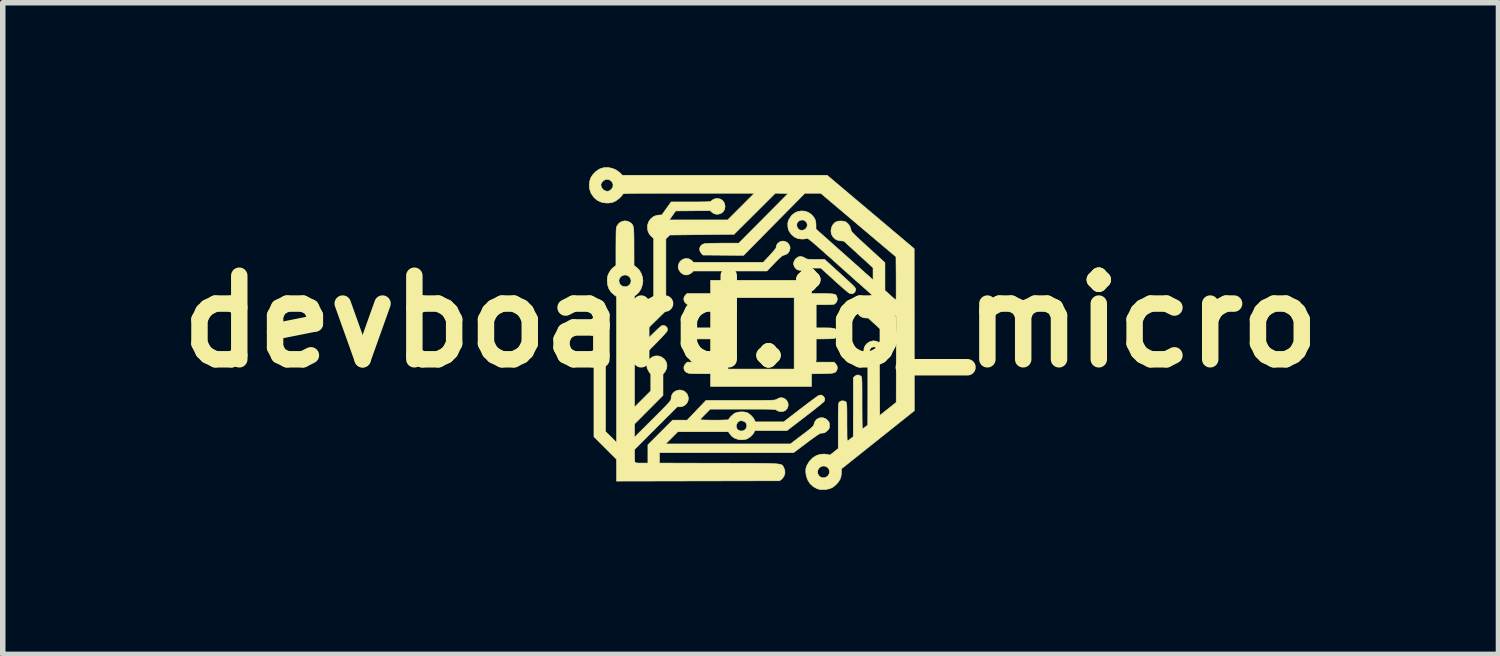
<source format=kicad_pcb>
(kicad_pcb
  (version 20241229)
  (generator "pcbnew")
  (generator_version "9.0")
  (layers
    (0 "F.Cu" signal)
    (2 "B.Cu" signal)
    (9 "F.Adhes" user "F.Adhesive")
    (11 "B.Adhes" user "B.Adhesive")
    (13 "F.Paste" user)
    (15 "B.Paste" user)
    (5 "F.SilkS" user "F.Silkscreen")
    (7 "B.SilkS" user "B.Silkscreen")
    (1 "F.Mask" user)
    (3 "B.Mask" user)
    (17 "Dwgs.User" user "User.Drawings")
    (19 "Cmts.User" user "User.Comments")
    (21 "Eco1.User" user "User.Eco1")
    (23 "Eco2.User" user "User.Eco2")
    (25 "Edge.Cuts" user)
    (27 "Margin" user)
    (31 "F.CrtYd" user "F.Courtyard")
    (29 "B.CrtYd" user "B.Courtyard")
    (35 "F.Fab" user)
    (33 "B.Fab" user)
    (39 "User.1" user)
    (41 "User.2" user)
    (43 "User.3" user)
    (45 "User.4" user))
  (footprint "devboard.io_micro"
    (layer "F.Cu")
    (at 10.639 2.813)
    (property "Reference" "devboard.io_micro" (at 0 0 0) (layer "F.SilkS") (effects (font (size 1.524 1.524) (thickness 0.3))))
    (attr through_hole)
    (fp_poly (pts (xy 0.63 -1.46) (xy 0.669 -1.44) (xy 0.699 -1.407) (xy 0.717 -1.364) (xy 0.72 -1.338) (xy 0.71 -1.29) (xy 0.683 -1.249) (xy 0.644 -1.221) (xy 0.614 -1.212) (xy 0.597 -1.207) (xy 0.58 -1.199) (xy 0.559 -1.184) (xy 0.532 -1.16) (xy 0.496 -1.126) (xy 0.45 -1.079) (xy 0.435 -1.063) (xy 0.297 -0.921) (xy -1.044 -0.921) (xy -1.069 -0.894) (xy -1.091 -0.877) (xy -1.121 -0.862) (xy -1.151 -0.851) (xy -1.173 -0.848) (xy -1.175 -0.848) (xy -1.188 -0.851) (xy -1.21 -0.854) (xy -1.235 -0.864) (xy -1.264 -0.885) (xy -1.275 -0.895) (xy -1.308 -0.941) (xy -1.322 -0.991) (xy -1.315 -1.042) (xy -1.289 -1.09) (xy -1.275 -1.106) (xy -1.231 -1.136) (xy -1.181 -1.149) (xy -1.131 -1.144) (xy -1.085 -1.121) (xy -1.065 -1.102) (xy -1.044 -1.079) (xy 0.231 -1.079) (xy 0.346 -1.202) (xy 0.385 -1.245) (xy 0.419 -1.284) (xy 0.445 -1.315) (xy 0.46 -1.336) (xy 0.463 -1.342) (xy 0.471 -1.38) (xy 0.481 -1.405) (xy 0.497 -1.425) (xy 0.503 -1.431) (xy 0.542 -1.458) (xy 0.586 -1.467) (xy 0.63 -1.46)) (stroke (width 0.01) (type solid)) (fill yes) (layer "F.SilkS"))
    (fp_poly (pts (xy 0.967 -1.172) (xy 0.989 -1.159) (xy 1.005 -1.149) (xy 1.02 -1.142) (xy 1.04 -1.137) (xy 1.067 -1.134) (xy 1.106 -1.133) (xy 1.16 -1.132) (xy 1.188 -1.132) (xy 1.349 -1.132) (xy 1.572 -0.93) (xy 1.654 -0.855) (xy 1.722 -0.793) (xy 1.777 -0.743) (xy 1.821 -0.702) (xy 1.854 -0.671) (xy 1.878 -0.646) (xy 1.895 -0.628) (xy 1.906 -0.614) (xy 1.912 -0.604) (xy 1.915 -0.595) (xy 1.916 -0.587) (xy 1.916 -0.586) (xy 1.907 -0.546) (xy 1.883 -0.519) (xy 1.85 -0.506) (xy 1.81 -0.511) (xy 1.804 -0.513) (xy 1.788 -0.524) (xy 1.76 -0.546) (xy 1.72 -0.58) (xy 1.671 -0.622) (xy 1.615 -0.671) (xy 1.554 -0.725) (xy 1.527 -0.75) (xy 1.281 -0.974) (xy 1.147 -0.974) (xy 1.091 -0.973) (xy 1.051 -0.972) (xy 1.024 -0.969) (xy 1.005 -0.963) (xy 0.991 -0.955) (xy 0.987 -0.953) (xy 0.952 -0.936) (xy 0.907 -0.932) (xy 0.863 -0.94) (xy 0.852 -0.944) (xy 0.829 -0.961) (xy 0.806 -0.987) (xy 0.803 -0.992) (xy 0.785 -1.038) (xy 0.788 -1.085) (xy 0.811 -1.13) (xy 0.83 -1.151) (xy 0.873 -1.179) (xy 0.919 -1.186) (xy 0.967 -1.172)) (stroke (width 0.01) (type solid)) (fill yes) (layer "F.SilkS"))
    (fp_poly (pts (xy 1.111 -0.508) (xy 1.315 -0.508) (xy 1.393 -0.508) (xy 1.452 -0.506) (xy 1.495 -0.503) (xy 1.526 -0.497) (xy 1.547 -0.489) (xy 1.561 -0.476) (xy 1.57 -0.458) (xy 1.576 -0.441) (xy 1.582 -0.396) (xy 1.566 -0.355) (xy 1.544 -0.329) (xy 1.534 -0.321) (xy 1.523 -0.316) (xy 1.507 -0.312) (xy 1.482 -0.309) (xy 1.446 -0.308) (xy 1.395 -0.307) (xy 1.327 -0.307) (xy 1.316 -0.307) (xy 1.111 -0.307) (xy 1.111 0.116) (xy 1.313 0.116) (xy 1.391 0.117) (xy 1.45 0.118) (xy 1.494 0.122) (xy 1.526 0.128) (xy 1.547 0.138) (xy 1.562 0.151) (xy 1.571 0.17) (xy 1.577 0.185) (xy 1.581 0.224) (xy 1.571 0.263) (xy 1.551 0.295) (xy 1.536 0.306) (xy 1.517 0.31) (xy 1.479 0.314) (xy 1.425 0.316) (xy 1.355 0.317) (xy 1.313 0.318) (xy 1.111 0.318) (xy 1.111 0.741) (xy 1.521 0.741) (xy 1.548 0.768) (xy 1.576 0.808) (xy 1.583 0.85) (xy 1.572 0.888) (xy 1.561 0.907) (xy 1.548 0.922) (xy 1.529 0.932) (xy 1.503 0.94) (xy 1.466 0.945) (xy 1.415 0.948) (xy 1.348 0.95) (xy 1.31 0.951) (xy 1.111 0.954) (xy 1.111 1.185) (xy -0.73 1.185) (xy -0.73 0.953) (xy -0.908 0.952) (xy -0.97 0.952) (xy -1.028 0.951) (xy -1.076 0.949) (xy -1.111 0.947) (xy -1.124 0.946) (xy -1.169 0.93) (xy -1.2 0.901) (xy -1.216 0.865) (xy -1.216 0.825) (xy -1.198 0.786) (xy -1.186 0.772) (xy -1.155 0.741) (xy -0.73 0.741) (xy -0.73 0.318) (xy -1.161 0.318) (xy -1.189 0.29) (xy -1.213 0.253) (xy -1.219 0.211) (xy -1.207 0.171) (xy -1.185 0.144) (xy -1.152 0.116) (xy -0.73 0.116) (xy -0.73 -0.307) (xy -0.941 -0.307) (xy -1.152 -0.307) (xy -1.185 -0.334) (xy -1.211 -0.369) (xy -1.219 -0.409) (xy -1.214 -0.434) (xy -0.413 -0.434) (xy -0.413 0.868) (xy 0.794 0.868) (xy 0.794 -0.434) (xy -0.413 -0.434) (xy -1.214 -0.434) (xy -1.21 -0.45) (xy -1.189 -0.48) (xy -1.161 -0.508) (xy -0.73 -0.508) (xy -0.73 -0.751) (xy 1.111 -0.751) (xy 1.111 -0.508)) (stroke (width 0.01) (type solid)) (fill yes) (layer "F.SilkS"))
    (fp_poly (pts (xy -2.523 -2.793) (xy -2.452 -2.763) (xy -2.39 -2.717) (xy -2.382 -2.71) (xy -2.339 -2.667) (xy 1.395 -2.667) (xy 2.983 -1.328) (xy 2.984 0.15) (xy 2.985 1.628) (xy 2.32 2.158) (xy 1.656 2.687) (xy 1.656 2.759) (xy 1.649 2.823) (xy 1.63 2.88) (xy 1.595 2.934) (xy 1.566 2.967) (xy 1.51 3.016) (xy 1.447 3.048) (xy 1.373 3.064) (xy 1.344 3.066) (xy 1.292 3.066) (xy 1.251 3.061) (xy 1.211 3.048) (xy 1.207 3.047) (xy 1.14 3.009) (xy 1.083 2.955) (xy 1.041 2.889) (xy 1.015 2.813) (xy 1.007 2.755) (xy 1.007 2.729) (xy 1.221 2.729) (xy 1.224 2.77) (xy 1.233 2.794) (xy 1.261 2.829) (xy 1.299 2.848) (xy 1.342 2.851) (xy 1.383 2.836) (xy 1.41 2.814) (xy 1.435 2.774) (xy 1.44 2.731) (xy 1.426 2.689) (xy 1.408 2.666) (xy 1.372 2.642) (xy 1.332 2.634) (xy 1.294 2.642) (xy 1.26 2.662) (xy 1.235 2.692) (xy 1.221 2.729) (xy 1.007 2.729) (xy 1.006 2.709) (xy 1.01 2.674) (xy 1.021 2.641) (xy 1.029 2.622) (xy 1.073 2.549) (xy 1.129 2.49) (xy 1.194 2.448) (xy 1.267 2.423) (xy 1.345 2.417) (xy 1.392 2.424) (xy 1.449 2.436) (xy 1.524 2.376) (xy 1.598 2.317) (xy 1.598 1.906) (xy 1.598 1.801) (xy 1.598 1.716) (xy 1.599 1.647) (xy 1.6 1.594) (xy 1.601 1.553) (xy 1.603 1.524) (xy 1.605 1.503) (xy 1.608 1.488) (xy 1.612 1.478) (xy 1.617 1.471) (xy 1.618 1.47) (xy 1.646 1.451) (xy 1.681 1.446) (xy 1.717 1.454) (xy 1.735 1.465) (xy 1.741 1.471) (xy 1.746 1.479) (xy 1.749 1.491) (xy 1.752 1.509) (xy 1.754 1.536) (xy 1.756 1.573) (xy 1.756 1.623) (xy 1.757 1.689) (xy 1.757 1.772) (xy 1.757 1.833) (xy 1.757 1.916) (xy 1.758 1.992) (xy 1.758 2.059) (xy 1.759 2.113) (xy 1.761 2.153) (xy 1.762 2.176) (xy 1.763 2.18) (xy 1.774 2.174) (xy 1.797 2.159) (xy 1.821 2.14) (xy 1.872 2.101) (xy 1.873 1.563) (xy 1.873 1.026) (xy 1.899 1) (xy 1.933 0.978) (xy 1.97 0.976) (xy 2.005 0.992) (xy 2.009 0.995) (xy 2.014 1.001) (xy 2.019 1.007) (xy 2.023 1.016) (xy 2.026 1.03) (xy 2.028 1.051) (xy 2.029 1.081) (xy 2.031 1.12) (xy 2.031 1.173) (xy 2.032 1.239) (xy 2.032 1.322) (xy 2.032 1.424) (xy 2.032 1.487) (xy 2.032 1.585) (xy 2.033 1.676) (xy 2.033 1.757) (xy 2.034 1.828) (xy 2.035 1.885) (xy 2.036 1.927) (xy 2.038 1.952) (xy 2.039 1.958) (xy 2.051 1.952) (xy 2.073 1.937) (xy 2.091 1.924) (xy 2.137 1.889) (xy 2.138 1.288) (xy 2.138 0.686) (xy 2.101 0.643) (xy 2.078 0.613) (xy 2.067 0.587) (xy 2.064 0.554) (xy 2.064 0.543) (xy 2.064 0.541) (xy 2.17 0.541) (xy 2.179 0.574) (xy 2.202 0.599) (xy 2.233 0.612) (xy 2.267 0.61) (xy 2.297 0.593) (xy 2.314 0.563) (xy 2.317 0.527) (xy 2.307 0.494) (xy 2.297 0.482) (xy 2.264 0.464) (xy 2.23 0.464) (xy 2.199 0.479) (xy 2.177 0.506) (xy 2.17 0.541) (xy 2.064 0.541) (xy 2.07 0.484) (xy 2.091 0.438) (xy 2.127 0.398) (xy 2.18 0.366) (xy 2.236 0.353) (xy 2.291 0.359) (xy 2.342 0.382) (xy 2.385 0.423) (xy 2.408 0.46) (xy 2.427 0.514) (xy 2.429 0.563) (xy 2.411 0.612) (xy 2.386 0.65) (xy 2.349 0.697) (xy 2.355 1.714) (xy 2.505 1.595) (xy 2.655 1.476) (xy 2.656 0.941) (xy 2.656 0.407) (xy 2.401 0.172) (xy 2.145 -0.064) (xy 2.095 -0.064) (xy 2.044 -0.073) (xy 1.998 -0.098) (xy 1.962 -0.136) (xy 1.941 -0.182) (xy 1.937 -0.215) (xy 1.945 -0.256) (xy 1.966 -0.299) (xy 1.995 -0.335) (xy 2.014 -0.35) (xy 2.062 -0.368) (xy 2.113 -0.37) (xy 2.161 -0.355) (xy 2.203 -0.328) (xy 2.235 -0.29) (xy 2.252 -0.244) (xy 2.254 -0.221) (xy 2.255 -0.208) (xy 2.259 -0.195) (xy 2.268 -0.18) (xy 2.284 -0.161) (xy 2.309 -0.136) (xy 2.344 -0.102) (xy 2.392 -0.057) (xy 2.431 -0.02) (xy 2.483 0.028) (xy 2.532 0.072) (xy 2.573 0.11) (xy 2.606 0.14) (xy 2.627 0.158) (xy 2.632 0.162) (xy 2.656 0.181) (xy 2.656 -0.092) (xy 2.348 -0.366) (xy 2.281 -0.426) (xy 2.2 -0.497) (xy 2.11 -0.578) (xy 2.012 -0.665) (xy 1.908 -0.757) (xy 1.803 -0.851) (xy 1.698 -0.944) (xy 1.596 -1.035) (xy 1.544 -1.082) (xy 1.443 -1.172) (xy 1.356 -1.249) (xy 1.283 -1.313) (xy 1.222 -1.367) (xy 1.172 -1.41) (xy 1.132 -1.445) (xy 1.1 -1.471) (xy 1.076 -1.49) (xy 1.058 -1.503) (xy 1.044 -1.511) (xy 1.034 -1.514) (xy 1.027 -1.515) (xy 1.021 -1.513) (xy 0.995 -1.507) (xy 0.958 -1.504) (xy 0.933 -1.503) (xy 0.861 -1.512) (xy 0.798 -1.541) (xy 0.745 -1.588) (xy 0.724 -1.615) (xy 0.7 -1.652) (xy 0.687 -1.683) (xy 0.681 -1.719) (xy 0.679 -1.744) (xy 0.679 -1.749) (xy 0.841 -1.749) (xy 0.851 -1.716) (xy 0.868 -1.69) (xy 0.886 -1.673) (xy 0.886 -1.673) (xy 0.924 -1.662) (xy 0.965 -1.667) (xy 1 -1.685) (xy 1.025 -1.719) (xy 1.034 -1.757) (xy 1.027 -1.794) (xy 1.007 -1.825) (xy 0.976 -1.846) (xy 0.942 -1.852) (xy 0.898 -1.844) (xy 0.865 -1.821) (xy 0.845 -1.788) (xy 0.841 -1.749) (xy 0.679 -1.749) (xy 0.678 -1.787) (xy 0.683 -1.819) (xy 0.695 -1.85) (xy 0.706 -1.873) (xy 0.748 -1.933) (xy 0.8 -1.977) (xy 0.86 -2.005) (xy 0.924 -2.016) (xy 0.988 -2.012) (xy 1.05 -1.991) (xy 1.106 -1.954) (xy 1.153 -1.9) (xy 1.161 -1.887) (xy 1.178 -1.854) (xy 1.187 -1.822) (xy 1.191 -1.782) (xy 1.192 -1.761) (xy 1.193 -1.685) (xy 1.689 -1.243) (xy 1.777 -1.165) (xy 1.861 -1.09) (xy 1.939 -1.021) (xy 2.009 -0.958) (xy 2.072 -0.902) (xy 2.124 -0.855) (xy 2.166 -0.819) (xy 2.194 -0.793) (xy 2.208 -0.78) (xy 2.209 -0.78) (xy 2.233 -0.758) (xy 2.233 -0.98) (xy 1.967 -1.223) (xy 1.701 -1.466) (xy 1.639 -1.472) (xy 1.586 -1.482) (xy 1.545 -1.502) (xy 1.509 -1.536) (xy 1.496 -1.552) (xy 1.472 -1.599) (xy 1.465 -1.653) (xy 1.473 -1.707) (xy 1.496 -1.758) (xy 1.531 -1.799) (xy 1.558 -1.816) (xy 1.601 -1.83) (xy 1.652 -1.833) (xy 1.702 -1.827) (xy 1.733 -1.817) (xy 1.775 -1.784) (xy 1.808 -1.739) (xy 1.827 -1.689) (xy 1.829 -1.68) (xy 1.831 -1.668) (xy 1.834 -1.657) (xy 1.841 -1.644) (xy 1.853 -1.628) (xy 1.871 -1.608) (xy 1.896 -1.582) (xy 1.931 -1.549) (xy 1.976 -1.506) (xy 2.034 -1.453) (xy 2.104 -1.389) (xy 2.142 -1.354) (xy 2.45 -1.073) (xy 2.45 -0.566) (xy 2.547 -0.479) (xy 2.585 -0.445) (xy 2.616 -0.418) (xy 2.639 -0.399) (xy 2.65 -0.392) (xy 2.65 -0.392) (xy 2.652 -0.402) (xy 2.653 -0.431) (xy 2.654 -0.476) (xy 2.654 -0.536) (xy 2.654 -0.608) (xy 2.654 -0.689) (xy 2.654 -0.777) (xy 2.654 -0.786) (xy 2.651 -1.18) (xy 1.965 -1.759) (xy 1.279 -2.339) (xy 1.134 -2.339) (xy 0.99 -2.339) (xy 0.43 -1.772) (xy -0.129 -1.206) (xy -0.5 -1.209) (xy -0.87 -1.212) (xy -0.9 -1.246) (xy -0.925 -1.287) (xy -0.93 -1.329) (xy -0.918 -1.368) (xy -0.889 -1.399) (xy -0.849 -1.418) (xy -0.827 -1.421) (xy -0.787 -1.423) (xy -0.731 -1.426) (xy -0.663 -1.427) (xy -0.584 -1.428) (xy -0.512 -1.429) (xy -0.215 -1.429) (xy 0.234 -1.881) (xy 0.683 -2.334) (xy 0.567 -2.337) (xy 0.451 -2.34) (xy 0.075 -1.965) (xy -0.302 -1.59) (xy -1.473 -1.577) (xy -1.509 -1.543) (xy -1.545 -1.509) (xy -1.545 -0.852) (xy -1.545 -0.196) (xy -2.117 0.365) (xy -2.117 0.555) (xy -1.881 0.32) (xy -1.822 0.262) (xy -1.767 0.209) (xy -1.717 0.161) (xy -1.676 0.123) (xy -1.644 0.095) (xy -1.624 0.079) (xy -1.619 0.076) (xy -1.582 0.072) (xy -1.549 0.085) (xy -1.525 0.11) (xy -1.516 0.145) (xy -1.518 0.166) (xy -1.528 0.183) (xy -1.554 0.214) (xy -1.595 0.26) (xy -1.652 0.32) (xy -1.724 0.395) (xy -1.812 0.483) (xy -1.821 0.492) (xy -2.117 0.789) (xy -2.117 1.175) (xy -2.117 1.561) (xy -1.968 1.413) (xy -1.82 1.265) (xy -1.82 0.965) (xy -1.857 0.91) (xy -1.886 0.856) (xy -1.894 0.805) (xy -1.883 0.753) (xy -1.873 0.73) (xy -1.838 0.681) (xy -1.791 0.647) (xy -1.739 0.629) (xy -1.684 0.628) (xy -1.63 0.645) (xy -1.582 0.679) (xy -1.573 0.687) (xy -1.539 0.739) (xy -1.525 0.796) (xy -1.53 0.853) (xy -1.556 0.908) (xy -1.566 0.922) (xy -1.598 0.962) (xy -1.598 1.348) (xy -1.857 1.608) (xy -2.117 1.869) (xy -2.117 2.111) (xy -1.783 1.778) (xy -1.704 1.699) (xy -1.638 1.633) (xy -1.585 1.579) (xy -1.543 1.536) (xy -1.511 1.502) (xy -1.487 1.475) (xy -1.47 1.455) (xy -1.46 1.439) (xy -1.453 1.427) (xy -1.451 1.416) (xy -1.45 1.406) (xy -1.45 1.402) (xy -1.441 1.35) (xy -1.417 1.307) (xy -1.381 1.276) (xy -1.338 1.256) (xy -1.291 1.249) (xy -1.243 1.257) (xy -1.199 1.278) (xy -1.163 1.316) (xy -1.152 1.333) (xy -1.136 1.384) (xy -1.138 1.434) (xy -1.156 1.48) (xy -1.189 1.519) (xy -1.232 1.545) (xy -1.285 1.556) (xy -1.29 1.556) (xy -1.339 1.556) (xy -1.728 1.945) (xy -2.117 2.334) (xy -2.117 2.441) (xy -2.116 2.488) (xy -2.114 2.529) (xy -2.112 2.557) (xy -2.11 2.566) (xy -2.104 2.573) (xy -2.09 2.578) (xy -2.063 2.581) (xy -2.022 2.582) (xy -1.989 2.582) (xy -1.873 2.582) (xy -1.873 2.249) (xy -1.648 2.024) (xy -1.543 1.919) (xy -0.262 1.919) (xy -0.251 1.953) (xy -0.227 1.979) (xy -0.194 1.995) (xy -0.154 1.997) (xy -0.117 1.985) (xy -0.089 1.96) (xy -0.075 1.933) (xy -0.069 1.889) (xy -0.083 1.852) (xy -0.111 1.825) (xy -0.153 1.811) (xy -0.171 1.81) (xy -0.203 1.814) (xy -0.228 1.832) (xy -0.237 1.842) (xy -0.259 1.881) (xy -0.262 1.919) (xy -1.543 1.919) (xy -1.423 1.799) (xy -1.156 1.799) (xy -0.985 1.619) (xy -0.813 1.439) (xy -0.183 1.439) (xy -0.052 1.439) (xy 0.06 1.439) (xy 0.154 1.439) (xy 0.232 1.439) (xy 0.295 1.438) (xy 0.345 1.437) (xy 0.385 1.436) (xy 0.414 1.434) (xy 0.436 1.432) (xy 0.451 1.429) (xy 0.462 1.426) (xy 0.47 1.422) (xy 0.475 1.419) (xy 0.523 1.394) (xy 0.571 1.391) (xy 0.596 1.396) (xy 0.639 1.42) (xy 0.669 1.456) (xy 0.684 1.498) (xy 0.684 1.543) (xy 0.668 1.585) (xy 0.636 1.621) (xy 0.629 1.626) (xy 0.589 1.641) (xy 0.542 1.643) (xy 0.498 1.632) (xy 0.479 1.621) (xy 0.472 1.616) (xy 0.464 1.612) (xy 0.453 1.608) (xy 0.439 1.606) (xy 0.419 1.603) (xy 0.391 1.602) (xy 0.355 1.6) (xy 0.307 1.599) (xy 0.246 1.599) (xy 0.171 1.598) (xy 0.08 1.598) (xy -0.029 1.598) (xy -0.145 1.598) (xy -0.736 1.598) (xy -0.828 1.691) (xy -0.864 1.727) (xy -0.893 1.758) (xy -0.913 1.78) (xy -0.921 1.791) (xy -0.921 1.791) (xy -0.911 1.794) (xy -0.882 1.795) (xy -0.838 1.797) (xy -0.782 1.798) (xy -0.716 1.799) (xy -0.661 1.799) (xy -0.59 1.799) (xy -0.526 1.798) (xy -0.472 1.796) (xy -0.432 1.795) (xy -0.408 1.792) (xy -0.402 1.79) (xy -0.394 1.774) (xy -0.375 1.749) (xy -0.347 1.721) (xy -0.317 1.695) (xy -0.29 1.674) (xy -0.282 1.67) (xy -0.235 1.655) (xy -0.177 1.648) (xy -0.119 1.65) (xy -0.068 1.662) (xy -0.062 1.664) (xy -0.021 1.689) (xy 0.02 1.725) (xy 0.054 1.767) (xy 0.07 1.795) (xy 0.085 1.831) (xy 0.603 1.831) (xy 0.902 1.601) (xy 0.973 1.547) (xy 1.04 1.496) (xy 1.1 1.451) (xy 1.153 1.412) (xy 1.194 1.382) (xy 1.223 1.361) (xy 1.237 1.353) (xy 1.27 1.341) (xy 1.298 1.345) (xy 1.328 1.366) (xy 1.331 1.369) (xy 1.351 1.399) (xy 1.351 1.434) (xy 1.341 1.457) (xy 1.33 1.468) (xy 1.304 1.491) (xy 1.265 1.523) (xy 1.215 1.563) (xy 1.155 1.611) (xy 1.088 1.663) (xy 1.015 1.719) (xy 0.995 1.735) (xy 0.662 1.99) (xy 0.077 1.99) (xy 0.063 2.022) (xy 0.042 2.055) (xy 0.007 2.091) (xy -0.034 2.122) (xy -0.074 2.144) (xy -0.083 2.147) (xy -0.154 2.158) (xy -0.223 2.152) (xy -0.288 2.13) (xy -0.343 2.093) (xy -0.382 2.046) (xy -0.404 2.011) (xy -1.329 2.011) (xy -1.55 2.233) (xy 0.726 2.233) (xy 0.937 2.073) (xy 1.004 2.023) (xy 1.055 1.983) (xy 1.094 1.952) (xy 1.121 1.928) (xy 1.138 1.91) (xy 1.149 1.896) (xy 1.154 1.883) (xy 1.154 1.88) (xy 1.173 1.825) (xy 1.206 1.784) (xy 1.253 1.76) (xy 1.264 1.757) (xy 1.319 1.755) (xy 1.368 1.773) (xy 1.407 1.805) (xy 1.428 1.833) (xy 1.437 1.86) (xy 1.439 1.896) (xy 1.438 1.93) (xy 1.43 1.954) (xy 1.412 1.977) (xy 1.398 1.991) (xy 1.371 2.014) (xy 1.346 2.03) (xy 1.335 2.033) (xy 1.306 2.035) (xy 1.283 2.036) (xy 1.265 2.043) (xy 1.233 2.061) (xy 1.186 2.093) (xy 1.124 2.137) (xy 1.047 2.194) (xy 1.019 2.215) (xy 0.784 2.392) (xy -1.662 2.392) (xy -1.662 2.582) (xy -0.574 2.585) (xy -0.395 2.585) (xy -0.235 2.586) (xy -0.095 2.586) (xy 0.029 2.586) (xy 0.135 2.587) (xy 0.227 2.588) (xy 0.305 2.589) (xy 0.37 2.591) (xy 0.424 2.593) (xy 0.468 2.596) (xy 0.503 2.599) (xy 0.53 2.604) (xy 0.55 2.609) (xy 0.565 2.614) (xy 0.576 2.621) (xy 0.584 2.629) (xy 0.59 2.638) (xy 0.596 2.649) (xy 0.602 2.66) (xy 0.604 2.663) (xy 0.624 2.715) (xy 0.626 2.769) (xy 0.609 2.821) (xy 0.576 2.867) (xy 0.557 2.883) (xy 0.528 2.905) (xy -0.959 2.908) (xy -2.445 2.911) (xy -2.445 2.513) (xy -2.651 2.307) (xy -2.857 2.101) (xy -2.857 0.241) (xy -2.889 0.201) (xy -2.922 0.152) (xy -2.937 0.108) (xy -2.938 0.062) (xy -2.937 0.059) (xy -2.918 -0.002) (xy -2.884 -0.05) (xy -2.835 -0.082) (xy -2.775 -0.098) (xy -2.751 -0.099) (xy -2.711 -0.097) (xy -2.682 -0.089) (xy -2.654 -0.072) (xy -2.651 -0.069) (xy -2.606 -0.026) (xy -2.58 0.023) (xy -2.572 0.077) (xy -2.58 0.138) (xy -2.605 0.186) (xy -2.624 0.205) (xy -2.646 0.226) (xy -2.646 2.006) (xy -2.545 2.106) (xy -2.445 2.206) (xy -2.445 -0.453) (xy -2.484 -0.482) (xy -2.544 -0.536) (xy -2.585 -0.598) (xy -2.608 -0.669) (xy -2.614 -0.741) (xy -2.402 -0.741) (xy -2.393 -0.698) (xy -2.369 -0.664) (xy -2.335 -0.642) (xy -2.295 -0.634) (xy -2.254 -0.639) (xy -2.216 -0.661) (xy -2.204 -0.672) (xy -2.184 -0.71) (xy -2.18 -0.752) (xy -2.193 -0.791) (xy -2.22 -0.824) (xy -2.258 -0.845) (xy -2.26 -0.845) (xy -2.305 -0.848) (xy -2.346 -0.834) (xy -2.379 -0.806) (xy -2.399 -0.767) (xy -2.402 -0.741) (xy -2.614 -0.741) (xy -2.614 -0.742) (xy -2.613 -0.789) (xy -2.607 -0.825) (xy -2.595 -0.859) (xy -2.581 -0.888) (xy -2.543 -0.948) (xy -2.502 -0.987) (xy -2.456 -1.021) (xy -2.456 -1.365) (xy -2.455 -1.46) (xy -2.455 -1.536) (xy -2.454 -1.595) (xy -2.453 -1.64) (xy -2.452 -1.674) (xy -2.449 -1.699) (xy -2.446 -1.717) (xy -2.441 -1.731) (xy -2.436 -1.743) (xy -2.431 -1.751) (xy -2.396 -1.795) (xy -2.35 -1.823) (xy -2.299 -1.835) (xy -2.247 -1.83) (xy -2.198 -1.807) (xy -2.195 -1.804) (xy -2.177 -1.79) (xy -2.163 -1.776) (xy -2.152 -1.76) (xy -2.143 -1.739) (xy -2.137 -1.711) (xy -2.132 -1.674) (xy -2.13 -1.625) (xy -2.128 -1.563) (xy -2.127 -1.484) (xy -2.127 -1.387) (xy -2.127 -1.363) (xy -2.126 -1.021) (xy -2.08 -0.987) (xy -2.032 -0.94) (xy -1.996 -0.879) (xy -1.972 -0.809) (xy -1.964 -0.741) (xy -1.973 -0.671) (xy -1.996 -0.602) (xy -2.032 -0.541) (xy -2.075 -0.497) (xy -2.117 -0.464) (xy -2.117 -0.198) (xy -2.117 0.069) (xy -1.942 -0.106) (xy -1.767 -0.28) (xy -1.767 -0.897) (xy -1.767 -1.514) (xy -1.806 -1.548) (xy -1.849 -1.598) (xy -1.874 -1.654) (xy -1.882 -1.712) (xy -1.876 -1.771) (xy -1.855 -1.826) (xy -1.82 -1.873) (xy -1.774 -1.911) (xy -1.717 -1.934) (xy -1.672 -1.941) (xy -1.618 -1.944) (xy -1.534 -2.062) (xy -1.449 -2.18) (xy -1.091 -2.18) (xy -0.993 -2.18) (xy -0.914 -2.181) (xy -0.852 -2.181) (xy -0.805 -2.183) (xy -0.771 -2.184) (xy -0.747 -2.187) (xy -0.731 -2.19) (xy -0.723 -2.194) (xy -0.719 -2.197) (xy -0.686 -2.223) (xy -0.642 -2.24) (xy -0.609 -2.244) (xy -0.555 -2.234) (xy -0.512 -2.208) (xy -0.482 -2.167) (xy -0.467 -2.114) (xy -0.466 -2.093) (xy -0.475 -2.043) (xy -0.5 -2.003) (xy -0.536 -1.974) (xy -0.58 -1.958) (xy -0.627 -1.956) (xy -0.673 -1.97) (xy -0.709 -1.995) (xy -0.737 -2.022) (xy -1.367 -2.016) (xy -1.483 -1.852) (xy -0.418 -1.852) (xy -0.175 -2.095) (xy 0.069 -2.339) (xy -1.129 -2.339) (xy -1.314 -2.339) (xy -1.478 -2.339) (xy -1.624 -2.339) (xy -1.752 -2.339) (xy -1.864 -2.338) (xy -1.96 -2.338) (xy -2.042 -2.338) (xy -2.111 -2.337) (xy -2.168 -2.336) (xy -2.214 -2.335) (xy -2.25 -2.334) (xy -2.278 -2.333) (xy -2.299 -2.331) (xy -2.314 -2.329) (xy -2.323 -2.327) (xy -2.329 -2.325) (xy -2.332 -2.322) (xy -2.333 -2.319) (xy -2.333 -2.318) (xy -2.344 -2.301) (xy -2.366 -2.276) (xy -2.395 -2.247) (xy -2.398 -2.245) (xy -2.457 -2.2) (xy -2.518 -2.172) (xy -2.585 -2.161) (xy -2.64 -2.161) (xy -2.723 -2.176) (xy -2.794 -2.209) (xy -2.854 -2.259) (xy -2.903 -2.327) (xy -2.918 -2.358) (xy -2.937 -2.421) (xy -2.942 -2.492) (xy -2.942 -2.493) (xy -2.731 -2.493) (xy -2.721 -2.448) (xy -2.696 -2.411) (xy -2.66 -2.385) (xy -2.617 -2.375) (xy -2.598 -2.376) (xy -2.57 -2.387) (xy -2.542 -2.408) (xy -2.537 -2.413) (xy -2.513 -2.452) (xy -2.508 -2.493) (xy -2.519 -2.532) (xy -2.544 -2.564) (xy -2.582 -2.586) (xy -2.625 -2.593) (xy -2.657 -2.584) (xy -2.69 -2.562) (xy -2.716 -2.533) (xy -2.73 -2.501) (xy -2.731 -2.493) (xy -2.942 -2.493) (xy -2.933 -2.564) (xy -2.911 -2.628) (xy -2.911 -2.628) (xy -2.873 -2.684) (xy -2.821 -2.736) (xy -2.763 -2.776) (xy -2.744 -2.786) (xy -2.674 -2.806) (xy -2.599 -2.808) (xy -2.523 -2.793)) (stroke (width 0.01) (type solid)) (fill yes) (layer "F.SilkS")))
  (gr_rect
    (start -3 -3)
    (end 24.278 8.884)
    (stroke (width 0.1) (type default))
    (fill no)
    (layer "Edge.Cuts")))
</source>
